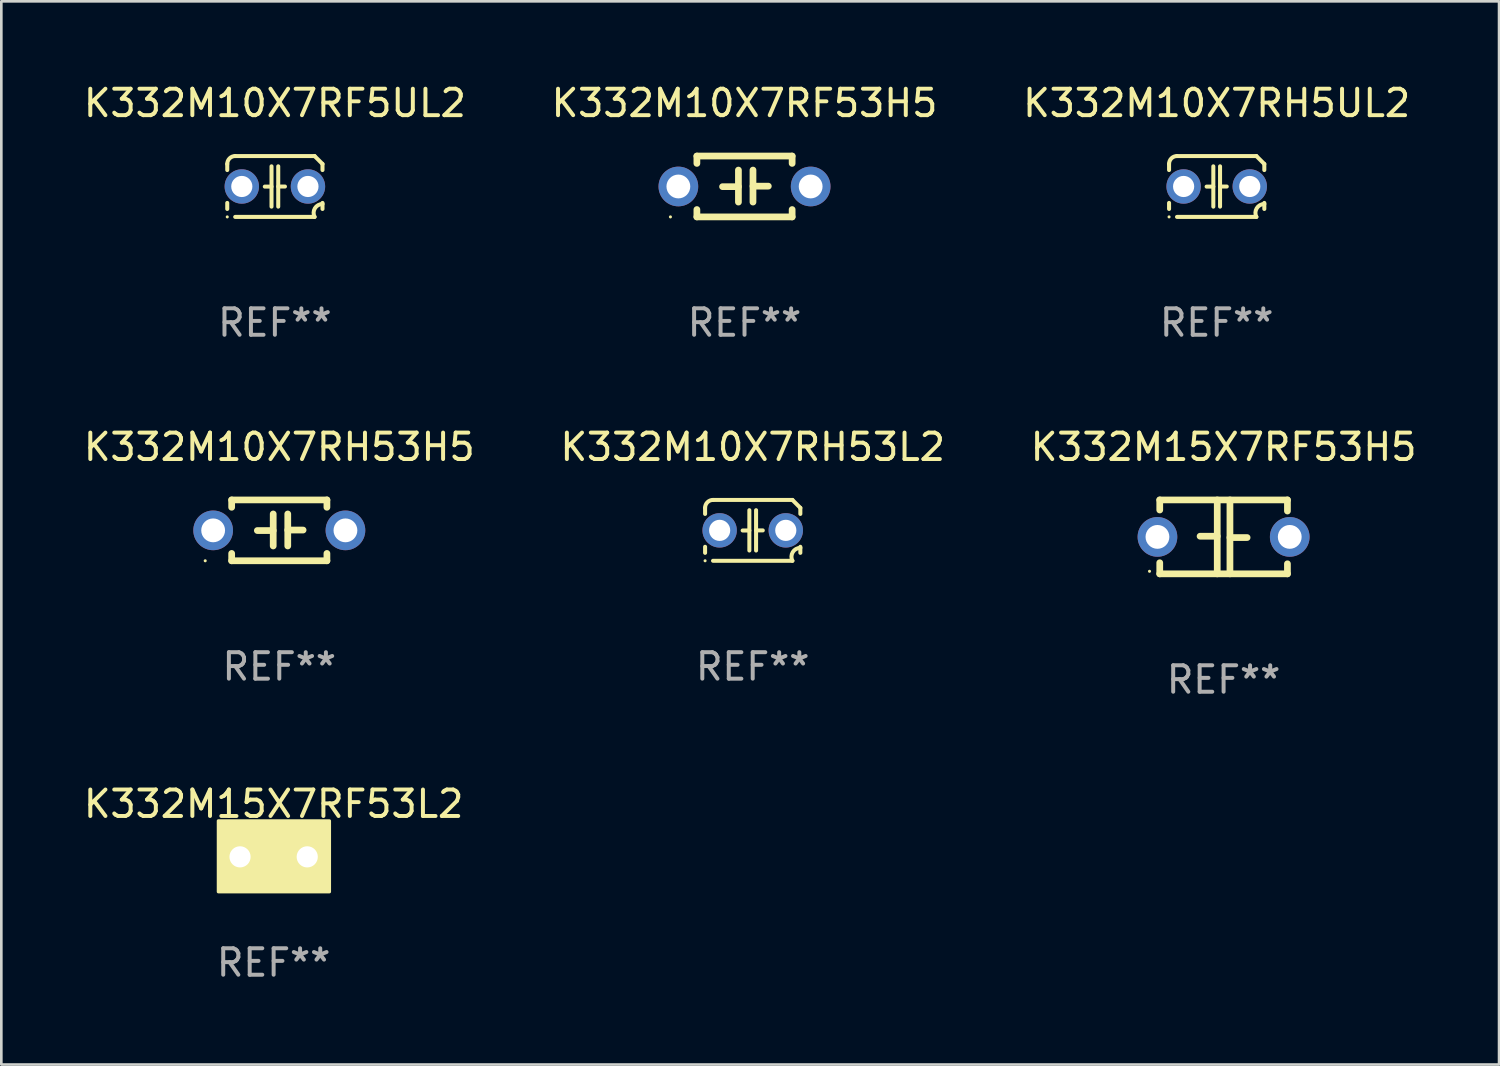
<source format=kicad_pcb>
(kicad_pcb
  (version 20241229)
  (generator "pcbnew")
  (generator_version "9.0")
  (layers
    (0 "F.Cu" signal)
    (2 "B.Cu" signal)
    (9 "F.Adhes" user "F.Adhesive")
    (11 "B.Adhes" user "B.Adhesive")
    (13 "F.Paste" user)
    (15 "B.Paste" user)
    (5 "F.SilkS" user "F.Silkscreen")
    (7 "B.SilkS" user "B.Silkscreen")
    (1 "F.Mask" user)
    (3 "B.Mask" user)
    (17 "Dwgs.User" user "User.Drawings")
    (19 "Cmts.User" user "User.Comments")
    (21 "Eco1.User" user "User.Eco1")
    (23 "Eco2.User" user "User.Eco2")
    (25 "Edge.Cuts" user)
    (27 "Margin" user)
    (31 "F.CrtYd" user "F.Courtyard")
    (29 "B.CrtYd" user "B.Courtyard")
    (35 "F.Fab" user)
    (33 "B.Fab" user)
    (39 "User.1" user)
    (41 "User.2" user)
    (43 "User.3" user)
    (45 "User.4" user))
  (footprint "K332M10X7RH53H5"
    (layer "F.Cu")
    (at 7.506 16.995)
    (property "Reference" "K332M10X7RH53H5" (at 0 -3.15 0) (layer "F.SilkS") (effects (font (size 1 1) (thickness 0.15))))
    (attr through_hole)
    (fp_line (start -1.8 -1.15) (end -1.8 -0.872) (stroke (width 0.254) (type solid)) (layer "F.SilkS"))
    (fp_line (start -1.8 -1.15) (end 1.8 -1.15) (stroke (width 0.254) (type solid)) (layer "F.SilkS"))
    (fp_line (start -1.8 0.872) (end -1.8 1.15) (stroke (width 0.254) (type solid)) (layer "F.SilkS"))
    (fp_line (start -1.8 1.15) (end 1.8 1.15) (stroke (width 0.254) (type solid)) (layer "F.SilkS"))
    (fp_line (start -0.23 -0.62) (end -0.23 0.59) (stroke (width 0.254) (type solid)) (layer "F.SilkS"))
    (fp_line (start -0.23 0.007) (end -0.83 0.007) (stroke (width 0.254) (type solid)) (layer "F.SilkS"))
    (fp_line (start 0.32 -0.62) (end 0.32 0.59) (stroke (width 0.254) (type solid)) (layer "F.SilkS"))
    (fp_line (start 0.32 -0.012) (end 0.9 -0.012) (stroke (width 0.254) (type solid)) (layer "F.SilkS"))
    (fp_line (start 1.8 -1.15) (end 1.8 -0.872) (stroke (width 0.254) (type solid)) (layer "F.SilkS"))
    (fp_line (start 1.8 0.872) (end 1.8 1.15) (stroke (width 0.254) (type solid)) (layer "F.SilkS"))
    (fp_circle (center -2.8 1.15) (end -2.77 1.15) (stroke (width 0.06) (type solid)) (fill no) (layer "F.SilkS"))
    (fp_text user "REF**" (at 0 5.15 0) (layer "F.Fab") (effects (font (size 1 1) (thickness 0.15))))
    (pad "1" thru_hole circle (at -2.5 0) (size 1.5 1.5) (drill 0.9) (layers "*.Cu" "*.Mask"))
    (pad "2" thru_hole circle (at 2.5 0) (size 1.5 1.5) (drill 0.9) (layers "*.Cu" "*.Mask")))
  (footprint "K332M10X7RF53H5"
    (layer "F.Cu")
    (at 25.089 3.998)
    (property "Reference" "K332M10X7RF53H5" (at 0 -3.15 0) (layer "F.SilkS") (effects (font (size 1 1) (thickness 0.15))))
    (attr through_hole)
    (fp_line (start -1.8 -1.15) (end -1.8 -0.872) (stroke (width 0.254) (type solid)) (layer "F.SilkS"))
    (fp_line (start -1.8 -1.15) (end 1.8 -1.15) (stroke (width 0.254) (type solid)) (layer "F.SilkS"))
    (fp_line (start -1.8 0.872) (end -1.8 1.15) (stroke (width 0.254) (type solid)) (layer "F.SilkS"))
    (fp_line (start -1.8 1.15) (end 1.8 1.15) (stroke (width 0.254) (type solid)) (layer "F.SilkS"))
    (fp_line (start -0.23 -0.62) (end -0.23 0.59) (stroke (width 0.254) (type solid)) (layer "F.SilkS"))
    (fp_line (start -0.23 0.007) (end -0.83 0.007) (stroke (width 0.254) (type solid)) (layer "F.SilkS"))
    (fp_line (start 0.32 -0.62) (end 0.32 0.59) (stroke (width 0.254) (type solid)) (layer "F.SilkS"))
    (fp_line (start 0.32 -0.012) (end 0.9 -0.012) (stroke (width 0.254) (type solid)) (layer "F.SilkS"))
    (fp_line (start 1.8 -1.15) (end 1.8 -0.872) (stroke (width 0.254) (type solid)) (layer "F.SilkS"))
    (fp_line (start 1.8 0.872) (end 1.8 1.15) (stroke (width 0.254) (type solid)) (layer "F.SilkS"))
    (fp_circle (center -2.8 1.15) (end -2.77 1.15) (stroke (width 0.06) (type solid)) (fill no) (layer "F.SilkS"))
    (fp_text user "REF**" (at 0 5.15 0) (layer "F.Fab") (effects (font (size 1 1) (thickness 0.15))))
    (pad "1" thru_hole circle (at -2.5 0) (size 1.5 1.5) (drill 0.9) (layers "*.Cu" "*.Mask"))
    (pad "2" thru_hole circle (at 2.5 0) (size 1.5 1.5) (drill 0.9) (layers "*.Cu" "*.Mask")))
  (footprint "K332M15X7RF53H5"
    (layer "F.Cu")
    (at 43.196 17.242)
    (property "Reference" "K332M15X7RF53H5" (at 0 -3.397 0) (layer "F.SilkS") (effects (font (size 1 1) (thickness 0.15))))
    (attr through_hole)
    (fp_line (start -2.413 -1.397) (end 2.413 -1.397) (stroke (width 0.254) (type solid)) (layer "F.SilkS"))
    (fp_line (start -2.413 -1.016) (end -2.413 -1.397) (stroke (width 0.254) (type solid)) (layer "F.SilkS"))
    (fp_line (start -2.413 0.977) (end -2.413 1.397) (stroke (width 0.254) (type solid)) (layer "F.SilkS"))
    (fp_line (start -0.24 -0.025) (end -0.889 -0.025) (stroke (width 0.254) (type solid)) (layer "F.SilkS"))
    (fp_line (start -0.24 1.397) (end -0.24 -1.397) (stroke (width 0.254) (type solid)) (layer "F.SilkS"))
    (fp_line (start 0.24 -1.397) (end 0.24 1.397) (stroke (width 0.254) (type solid)) (layer "F.SilkS"))
    (fp_line (start 0.24 0.025) (end 0.889 0.025) (stroke (width 0.254) (type solid)) (layer "F.SilkS"))
    (fp_line (start 2.413 -0.977) (end 2.413 -1.397) (stroke (width 0.254) (type solid)) (layer "F.SilkS"))
    (fp_line (start 2.413 1.016) (end 2.413 1.397) (stroke (width 0.254) (type solid)) (layer "F.SilkS"))
    (fp_line (start 2.413 1.397) (end -2.413 1.397) (stroke (width 0.254) (type solid)) (layer "F.SilkS"))
    (fp_circle (center -2.8 1.3) (end -2.77 1.3) (stroke (width 0.06) (type solid)) (fill no) (layer "F.SilkS"))
    (fp_text user "REF**" (at 0 5.397 0) (layer "F.Fab") (effects (font (size 1 1) (thickness 0.15))))
    (pad "1" thru_hole circle (at -2.5 0) (size 1.5 1.5) (drill 0.9) (layers "*.Cu" "*.Mask"))
    (pad "2" thru_hole circle (at 2.5 0) (size 1.5 1.5) (drill 0.9) (layers "*.Cu" "*.Mask")))
  (footprint "K332M10X7RH5UL2"
    (layer "F.Cu")
    (at 42.935 3.998)
    (property "Reference" "K332M10X7RH5UL2" (at 0 -3.15 0) (layer "F.SilkS") (effects (font (size 1 1) (thickness 0.15))))
    (attr through_hole)
    (fp_line (start -1.8 -0.621) (end -1.8 -0.85) (stroke (width 0.152) (type solid)) (layer "F.SilkS"))
    (fp_line (start -1.8 0.85) (end -1.8 0.621) (stroke (width 0.152) (type solid)) (layer "F.SilkS"))
    (fp_line (start -1.5 -1.15) (end 1.5 -1.15) (stroke (width 0.152) (type solid)) (layer "F.SilkS"))
    (fp_line (start -0.127 -0.762) (end -0.127 0.762) (stroke (width 0.152) (type solid)) (layer "F.SilkS"))
    (fp_line (start -0.127 0.005) (end -0.381 0.005) (stroke (width 0.152) (type solid)) (layer "F.SilkS"))
    (fp_line (start 0.127 -0.762) (end 0.127 0.762) (stroke (width 0.152) (type solid)) (layer "F.SilkS"))
    (fp_line (start 0.127 0.002) (end 0.381 0.002) (stroke (width 0.152) (type solid)) (layer "F.SilkS"))
    (fp_line (start 1.5 1.15) (end -1.5 1.15) (stroke (width 0.152) (type solid)) (layer "F.SilkS"))
    (fp_line (start 1.8 -0.85) (end 1.8 -0.621) (stroke (width 0.152) (type solid)) (layer "F.SilkS"))
    (fp_line (start 1.8 0.621) (end 1.8 0.85) (stroke (width 0.152) (type solid)) (layer "F.SilkS"))
    (fp_arc (start -1.799975 -0.849987) (mid -1.712107 -1.062119) (end -1.499975 -1.149987) (stroke (width 0.151994) (type solid)) (layer "F.SilkS"))
    (fp_arc (start 1.499975 1.149987) (mid 1.513726 0.822359) (end 1.799975 0.662387) (stroke (width 0.151994) (type solid)) (layer "F.SilkS"))
    (fp_arc (start 1.500001 -1.149986) (mid 1.650015 -1.000001) (end 1.8 -0.849987) (stroke (width 0.151994) (type solid)) (layer "F.SilkS"))
    (fp_circle (center -1.8 1.15) (end -1.77 1.15) (stroke (width 0.06) (type solid)) (fill no) (layer "F.SilkS"))
    (fp_text user "REF**" (at 0 5.15 0) (layer "F.Fab") (effects (font (size 1 1) (thickness 0.15))))
    (pad "1" thru_hole circle (at -1.25 0) (size 1.3 1.3) (drill 0.8) (layers "*.Cu" "*.Mask"))
    (pad "2" thru_hole circle (at 1.25 0) (size 1.3 1.3) (drill 0.8) (layers "*.Cu" "*.Mask")))
  (footprint "K332M10X7RH53L2"
    (layer "F.Cu")
    (at 25.399 16.995)
    (property "Reference" "K332M10X7RH53L2" (at 0 -3.15 0) (layer "F.SilkS") (effects (font (size 1 1) (thickness 0.15))))
    (attr through_hole)
    (fp_line (start -1.8 -0.621) (end -1.8 -0.85) (stroke (width 0.152) (type solid)) (layer "F.SilkS"))
    (fp_line (start -1.8 0.85) (end -1.8 0.621) (stroke (width 0.152) (type solid)) (layer "F.SilkS"))
    (fp_line (start -1.5 -1.15) (end 1.5 -1.15) (stroke (width 0.152) (type solid)) (layer "F.SilkS"))
    (fp_line (start -0.127 -0.762) (end -0.127 0.762) (stroke (width 0.152) (type solid)) (layer "F.SilkS"))
    (fp_line (start -0.127 0.005) (end -0.381 0.005) (stroke (width 0.152) (type solid)) (layer "F.SilkS"))
    (fp_line (start 0.127 -0.762) (end 0.127 0.762) (stroke (width 0.152) (type solid)) (layer "F.SilkS"))
    (fp_line (start 0.127 0.002) (end 0.381 0.002) (stroke (width 0.152) (type solid)) (layer "F.SilkS"))
    (fp_line (start 1.5 1.15) (end -1.5 1.15) (stroke (width 0.152) (type solid)) (layer "F.SilkS"))
    (fp_line (start 1.8 -0.85) (end 1.8 -0.621) (stroke (width 0.152) (type solid)) (layer "F.SilkS"))
    (fp_line (start 1.8 0.621) (end 1.8 0.85) (stroke (width 0.152) (type solid)) (layer "F.SilkS"))
    (fp_arc (start -1.799975 -0.849987) (mid -1.712107 -1.062119) (end -1.499975 -1.149987) (stroke (width 0.151994) (type solid)) (layer "F.SilkS"))
    (fp_arc (start 1.499975 1.149987) (mid 1.513726 0.822359) (end 1.799975 0.662387) (stroke (width 0.151994) (type solid)) (layer "F.SilkS"))
    (fp_arc (start 1.500001 -1.149986) (mid 1.650015 -1.000001) (end 1.8 -0.849987) (stroke (width 0.151994) (type solid)) (layer "F.SilkS"))
    (fp_circle (center -1.8 1.15) (end -1.77 1.15) (stroke (width 0.06) (type solid)) (fill no) (layer "F.SilkS"))
    (fp_text user "REF**" (at 0 5.15 0) (layer "F.Fab") (effects (font (size 1 1) (thickness 0.15))))
    (pad "1" thru_hole circle (at -1.25 0) (size 1.3 1.3) (drill 0.8) (layers "*.Cu" "*.Mask"))
    (pad "2" thru_hole circle (at 1.25 0) (size 1.3 1.3) (drill 0.8) (layers "*.Cu" "*.Mask")))
  (footprint "K332M15X7RF53L2"
    (layer "F.Cu")
    (at 7.292 29.335)
    (property "Reference" "K332M15X7RF53L2" (at 0 -2 0) (layer "F.SilkS") (effects (font (size 1 1) (thickness 0.15))))
    (attr through_hole)
    (fp_circle (center -2 1.3) (end -1.97 1.3) (stroke (width 0.06) (type solid)) (fill no) (layer "F.SilkS"))
    (fp_poly (pts (xy -2.09 -1.36) (xy 2.11 -1.36) (xy 2.11 1.32) (xy -2.09 1.32)) (stroke (width 0.12) (type solid)) (fill yes) (layer "F.SilkS"))
    (fp_text user "REF**" (at 0 4 0) (layer "F.Fab") (effects (font (size 1 1) (thickness 0.15))))
    (pad "1" thru_hole circle (at -1.27 0) (size 1.4 1.4) (drill 0.8) (layers "*.Cu" "*.Mask"))
    (pad "2" thru_hole circle (at 1.27 0) (size 1.4 1.4) (drill 0.8) (layers "*.Cu" "*.Mask")))
  (footprint "K332M10X7RF5UL2"
    (layer "F.Cu")
    (at 7.339 3.998)
    (property "Reference" "K332M10X7RF5UL2" (at 0 -3.15 0) (layer "F.SilkS") (effects (font (size 1 1) (thickness 0.15))))
    (attr through_hole)
    (fp_line (start -1.8 -0.621) (end -1.8 -0.85) (stroke (width 0.152) (type solid)) (layer "F.SilkS"))
    (fp_line (start -1.8 0.85) (end -1.8 0.621) (stroke (width 0.152) (type solid)) (layer "F.SilkS"))
    (fp_line (start -1.5 -1.15) (end 1.5 -1.15) (stroke (width 0.152) (type solid)) (layer "F.SilkS"))
    (fp_line (start -0.127 -0.762) (end -0.127 0.762) (stroke (width 0.152) (type solid)) (layer "F.SilkS"))
    (fp_line (start -0.127 0.005) (end -0.381 0.005) (stroke (width 0.152) (type solid)) (layer "F.SilkS"))
    (fp_line (start 0.127 -0.762) (end 0.127 0.762) (stroke (width 0.152) (type solid)) (layer "F.SilkS"))
    (fp_line (start 0.127 0.002) (end 0.381 0.002) (stroke (width 0.152) (type solid)) (layer "F.SilkS"))
    (fp_line (start 1.5 1.15) (end -1.5 1.15) (stroke (width 0.152) (type solid)) (layer "F.SilkS"))
    (fp_line (start 1.8 -0.85) (end 1.8 -0.621) (stroke (width 0.152) (type solid)) (layer "F.SilkS"))
    (fp_line (start 1.8 0.621) (end 1.8 0.85) (stroke (width 0.152) (type solid)) (layer "F.SilkS"))
    (fp_arc (start -1.799975 -0.849987) (mid -1.712107 -1.062119) (end -1.499975 -1.149987) (stroke (width 0.151994) (type solid)) (layer "F.SilkS"))
    (fp_arc (start 1.499975 1.149987) (mid 1.513726 0.822359) (end 1.799975 0.662387) (stroke (width 0.151994) (type solid)) (layer "F.SilkS"))
    (fp_arc (start 1.500001 -1.149986) (mid 1.650015 -1.000001) (end 1.8 -0.849987) (stroke (width 0.151994) (type solid)) (layer "F.SilkS"))
    (fp_circle (center -1.8 1.15) (end -1.77 1.15) (stroke (width 0.06) (type solid)) (fill no) (layer "F.SilkS"))
    (fp_text user "REF**" (at 0 5.15 0) (layer "F.Fab") (effects (font (size 1 1) (thickness 0.15))))
    (pad "1" thru_hole circle (at -1.25 0) (size 1.3 1.3) (drill 0.8) (layers "*.Cu" "*.Mask"))
    (pad "2" thru_hole circle (at 1.25 0) (size 1.3 1.3) (drill 0.8) (layers "*.Cu" "*.Mask")))
  (gr_rect
    (start -3 -3)
    (end 53.607 37.184)
    (stroke (width 0.1) (type default))
    (fill no)
    (layer "Edge.Cuts")))
</source>
